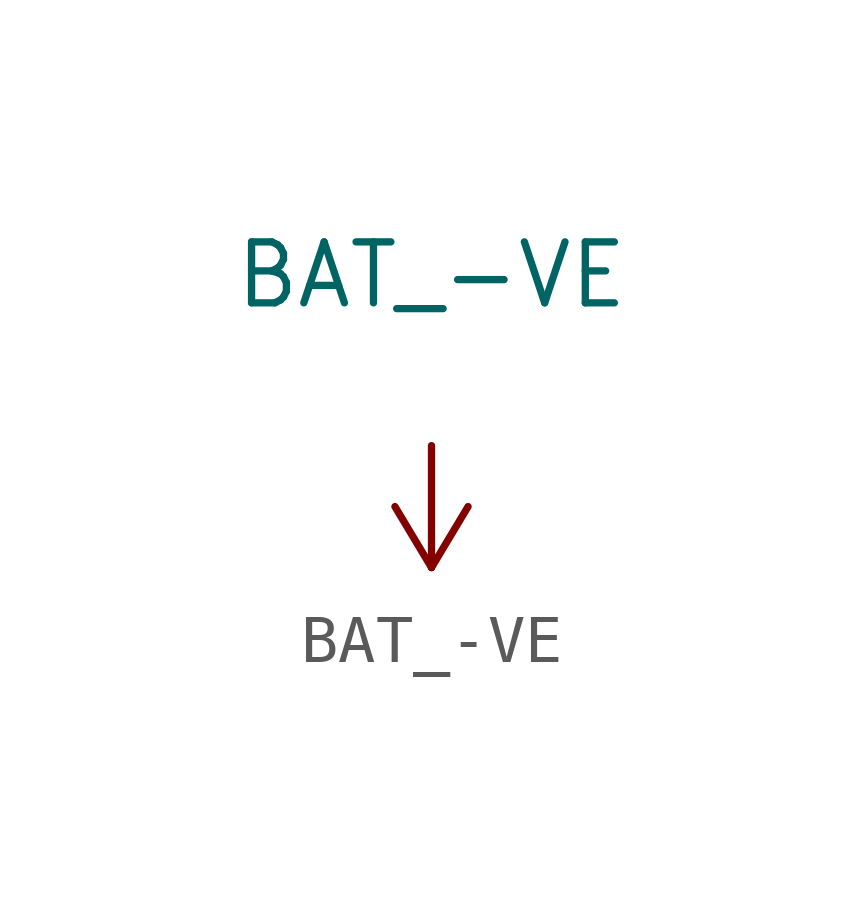
<source format=kicad_sym>
(kicad_symbol_lib
  (version 20220914)
  (generator kicad_symbol_editor)
  (symbol "BAT_-VE"
    (power)
    (pin_names
      (offset 0))
    (property "Reference" "#PWR"
      (at 0 -3.81 0)
      (effects (font (size 1.27 1.27)) hide))
    (property "Value" "BAT_-VE"
      (at 0 3.556 0)
      (effects (font (size 1.27 1.27))))
    (symbol "BAT_-VE_0_1"
      (polyline (pts (xy 0 -2.54) (xy -0.762 -1.27)) (stroke (width 0) (type default)) (fill (type none)))
      (polyline (pts (xy 0 -2.54) (xy 0.762 -1.27)) (stroke (width 0) (type default)) (fill (type none)))
      (polyline (pts (xy 0 0) (xy 0 -2.54)) (stroke (width 0) (type default)) (fill (type none))))
    (symbol "BAT_-VE_1_1"
      (pin power_in line (at 0 0 0) (length 0) hide (name "BAT_-VE" (effects (font (size 1.27 1.27)))) (number "1" (effects (font (size 1.27 1.27))))))))
</source>
